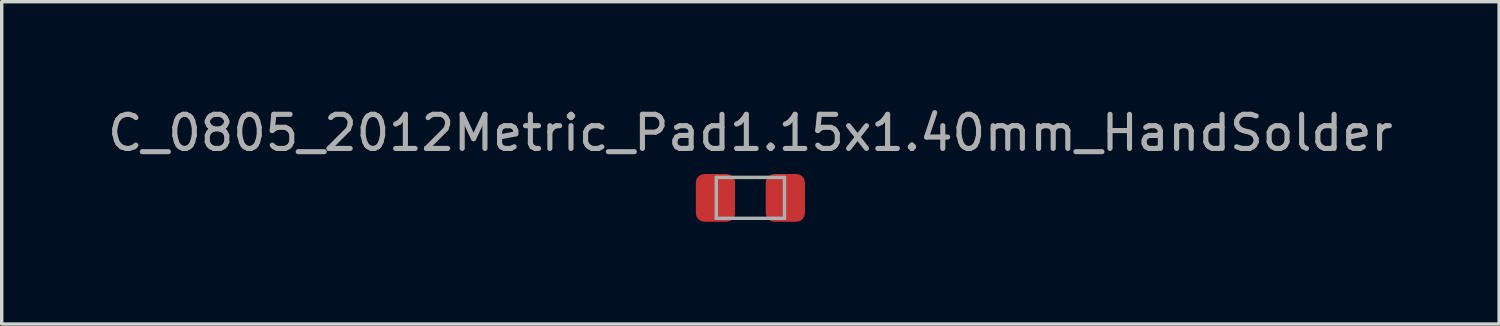
<source format=kicad_pcb>
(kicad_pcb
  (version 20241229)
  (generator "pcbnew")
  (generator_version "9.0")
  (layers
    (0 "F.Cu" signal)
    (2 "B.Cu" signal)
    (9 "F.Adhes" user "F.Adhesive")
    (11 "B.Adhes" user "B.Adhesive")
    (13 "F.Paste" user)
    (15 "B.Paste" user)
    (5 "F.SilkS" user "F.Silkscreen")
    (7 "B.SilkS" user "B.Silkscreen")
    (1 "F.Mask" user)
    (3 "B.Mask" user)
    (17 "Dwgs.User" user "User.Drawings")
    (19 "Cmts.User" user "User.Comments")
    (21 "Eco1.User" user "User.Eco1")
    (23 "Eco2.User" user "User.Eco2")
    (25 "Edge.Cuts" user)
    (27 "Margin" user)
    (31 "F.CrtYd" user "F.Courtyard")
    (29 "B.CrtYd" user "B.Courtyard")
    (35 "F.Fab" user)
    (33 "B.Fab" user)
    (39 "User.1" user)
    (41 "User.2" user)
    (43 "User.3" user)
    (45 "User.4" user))
  (footprint "C_0805_2012Metric_Pad1.15x1.40mm_HandSolder"
    (layer "F.Cu")
    (at 18.958 2.753)
    (property "Reference" "C_0805_2012Metric_Pad1.15x1.40mm_HandSolder" (at 0 -1.905 0) (layer "F.Fab") (effects (font (size 1 1) (thickness 0.15))))
    (attr smd)
    (fp_line (start -1 -0.6) (end 1 -0.6) (stroke (width 0.1) (type solid)) (layer "F.Fab"))
    (fp_line (start -1 0.6) (end -1 -0.6) (stroke (width 0.1) (type solid)) (layer "F.Fab"))
    (fp_line (start 1 -0.6) (end 1 0.6) (stroke (width 0.1) (type solid)) (layer "F.Fab"))
    (fp_line (start 1 0.6) (end -1 0.6) (stroke (width 0.1) (type solid)) (layer "F.Fab"))
    (pad "1" smd roundrect (at -1.025 0) (size 1.15 1.4) (layers "F.Cu" "F.Mask" "F.Paste") (roundrect_rratio 0.217))
    (pad "2" smd roundrect (at 1.025 0) (size 1.15 1.4) (layers "F.Cu" "F.Mask" "F.Paste") (roundrect_rratio 0.217)))
  (gr_rect
    (start -3 -3)
    (end 40.917 6.453)
    (stroke (width 0.1) (type default))
    (fill no)
    (layer "Edge.Cuts")))
</source>
